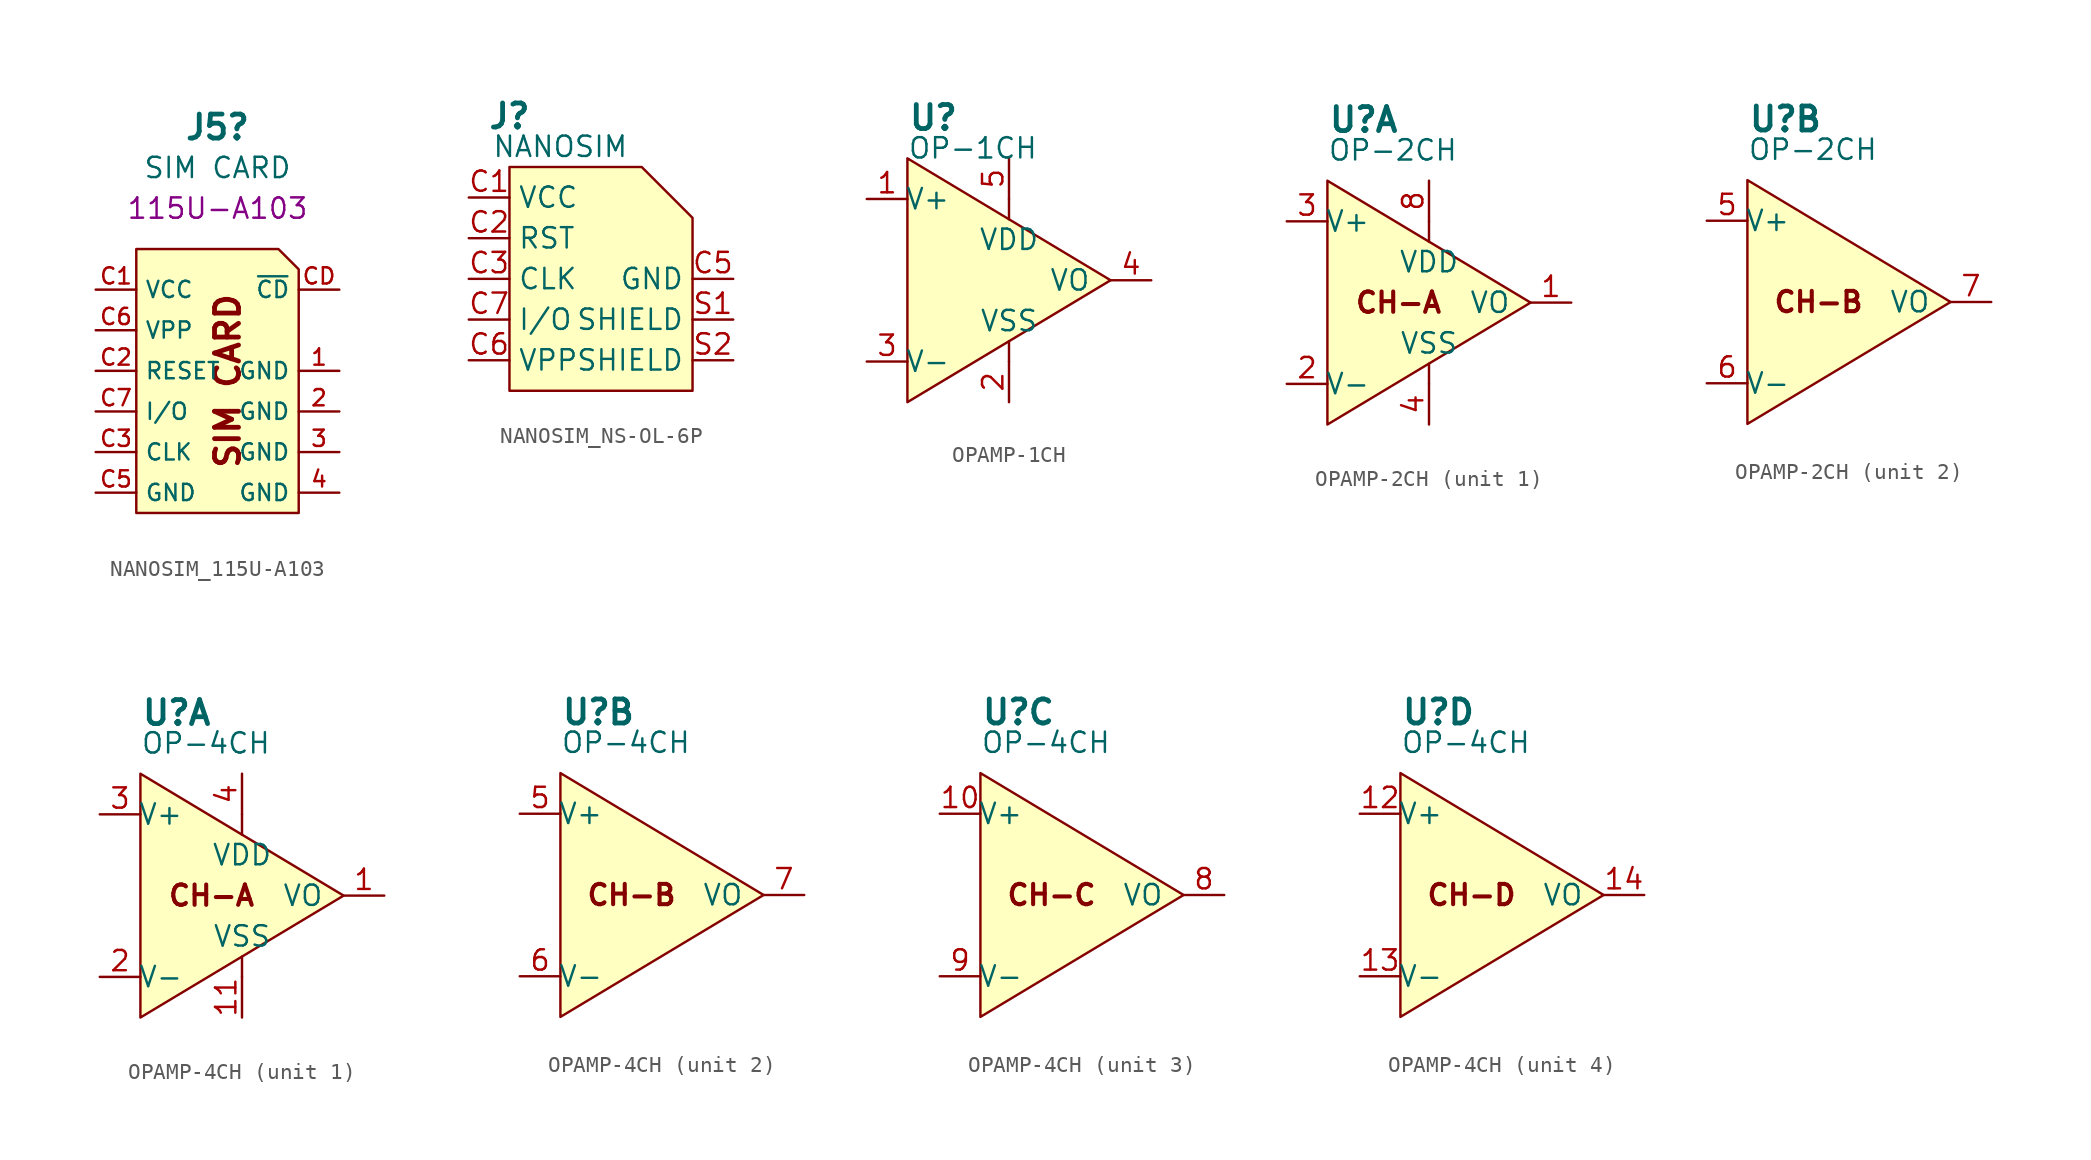
<source format=kicad_sym>
(kicad_symbol_lib
  (version 20231120)
  (generator "kicad_symbol_editor")
  (generator_version "8.0")
  (symbol "NANOSIM_115U-A103"
    (property "Reference" "J5"
      (at 20.32 2.54 0)
      (effects (font (size 1.5 1.5) (bold yes))))
    (property "Value" "SIM CARD"
      (at 20.32 0 0)
      (effects (font (size 1.27 1.27))))
    (property "MNP" "115U-A103"
      (at 20.32 -2.54 0)
      (effects (font (size 1.27 1.27))))
    (symbol "NANOSIM_115U-A103_1_1"
      (polyline (pts (xy 15.24 -6.35) (xy 15.24 -21.59) (xy 25.4 -21.59) (xy 25.4 -6.35) (xy 24.13 -5.08) (xy 15.24 -5.08) (xy 15.24 -6.35)) (stroke (width 0) (type default)) (fill (type background)))
      (text "SIM CARD" (at 20.955 -13.335 900) (effects (font (size 1.5 1.5) (bold yes))))
      (pin passive line (at 27.94 -12.7 180) (length 2.54) (name "GND" (effects (font (size 1.016 1.016)))) (number "1" (effects (font (size 1.016 1.016)))))
      (pin passive line (at 27.94 -15.24 180) (length 2.54) (name "GND" (effects (font (size 1.016 1.016)))) (number "2" (effects (font (size 1.016 1.016)))))
      (pin passive line (at 27.94 -17.78 180) (length 2.54) (name "GND" (effects (font (size 1.016 1.016)))) (number "3" (effects (font (size 1.016 1.016)))))
      (pin passive line (at 27.94 -20.32 180) (length 2.54) (name "GND" (effects (font (size 1.016 1.016)))) (number "4" (effects (font (size 1.016 1.016)))))
      (pin power_in line (at 12.7 -7.62 0) (length 2.54) (name "VCC" (effects (font (size 1.016 1.016)))) (number "C1" (effects (font (size 1.016 1.016)))))
      (pin input line (at 12.7 -12.7 0) (length 2.54) (name "RESET" (effects (font (size 1.016 1.016)))) (number "C2" (effects (font (size 1.016 1.016)))))
      (pin input line (at 12.7 -17.78 0) (length 2.54) (name "CLK" (effects (font (size 1.016 1.016)))) (number "C3" (effects (font (size 1.016 1.016)))))
      (pin passive line (at 12.7 -20.32 0) (length 2.54) (name "GND" (effects (font (size 1.016 1.016)))) (number "C5" (effects (font (size 1.016 1.016)))))
      (pin input line (at 12.7 -10.16 0) (length 2.54) (name "VPP" (effects (font (size 1.016 1.016)))) (number "C6" (effects (font (size 1.016 1.016)))))
      (pin bidirectional line (at 12.7 -15.24 0) (length 2.54) (name "I/O" (effects (font (size 1.016 1.016)))) (number "C7" (effects (font (size 1.016 1.016)))))
      (pin passive line (at 27.94 -7.62 180) (length 2.54) (name "~{CD}" (effects (font (size 1.016 1.016)))) (number "CD" (effects (font (size 1.016 1.016)))))))
  (symbol "NANOSIM_NS-OL-6P"
    (property "Reference" "J"
      (at 0 0 0)
      (effects (font (size 1.5 1.5) (bold yes))))
    (property "Value" "NANOSIM"
      (at 3.175 -1.905 0)
      (effects (font (size 1.27 1.27))))
    (symbol "NANOSIM_NS-OL-6P_1_1"
      (polyline (pts (xy 0 -3.81) (xy 0 -17.145) (xy 11.43 -17.145) (xy 11.43 -6.35) (xy 8.89 -3.81) (xy 8.255 -3.175) (xy 0 -3.175) (xy 0 -3.81)) (stroke (width 0) (type default)) (fill (type background)))
      (pin power_in line (at -2.54 -5.08 0) (length 2.54) (name "VCC" (effects (font (size 1.27 1.27)))) (number "C1" (effects (font (size 1.27 1.27)))))
      (pin input line (at -2.54 -7.62 0) (length 2.54) (name "RST" (effects (font (size 1.27 1.27)))) (number "C2" (effects (font (size 1.27 1.27)))))
      (pin input line (at -2.54 -10.16 0) (length 2.54) (name "CLK" (effects (font (size 1.27 1.27)))) (number "C3" (effects (font (size 1.27 1.27)))))
      (pin passive line (at 13.97 -10.16 180) (length 2.54) (name "GND" (effects (font (size 1.27 1.27)))) (number "C5" (effects (font (size 1.27 1.27)))))
      (pin input line (at -2.54 -15.24 0) (length 2.54) (name "VPP" (effects (font (size 1.27 1.27)))) (number "C6" (effects (font (size 1.27 1.27)))))
      (pin bidirectional line (at -2.54 -12.7 0) (length 2.54) (name "I/O" (effects (font (size 1.27 1.27)))) (number "C7" (effects (font (size 1.27 1.27)))))
      (pin passive line (at 13.97 -12.7 180) (length 2.54) (name "SHIELD" (effects (font (size 1.27 1.27)))) (number "S1" (effects (font (size 1.27 1.27)))))
      (pin passive line (at 13.97 -15.24 180) (length 2.54) (name "SHIELD" (effects (font (size 1.27 1.27)))) (number "S2" (effects (font (size 1.27 1.27)))))))
  (symbol "OPAMP-1CH"
    (pin_names hide)
    (property "Reference" "U"
      (at 0 0 0)
      (effects (font (size 1.5 1.5) (bold yes)) (justify left)))
    (property "Value" "OP-1CH"
      (at 0 -1.905 0)
      (effects (font (size 1.27 1.27)) (justify left)))
    (symbol "OPAMP-1CH_1_1"
      (polyline (pts (xy 6.35 -15.24) (xy 6.35 -13.97)) (stroke (width 0) (type default)) (fill (type none)))
      (polyline (pts (xy 6.35 -5.08) (xy 6.35 -6.35)) (stroke (width 0) (type default)) (fill (type none)))
      (polyline (pts (xy 0 -2.54) (xy 0 -17.78) (xy 12.7 -10.16) (xy 0 -2.54)) (stroke (width 0) (type default)) (fill (type background)))
      (text "V+" (at 1.27 -5.08 0) (effects (font (size 1.27 1.27) (color 0 100 100 1))))
      (text "V-" (at 1.27 -15.24 0) (effects (font (size 1.27 1.27) (color 0 100 100 1))))
      (text "VDD" (at 6.35 -7.62 0) (effects (font (size 1.27 1.27) (color 0 100 100 1))))
      (text "VO" (at 10.16 -10.16 0) (effects (font (size 1.27 1.27) (color 0 100 100 1))))
      (text "VSS" (at 6.35 -12.7 0) (effects (font (size 1.27 1.27) (color 0 100 100 1))))
      (pin input line (at -2.54 -5.08 0) (length 2.54) (name "VIN+" (effects (font (size 1.27 1.27)))) (number "1" (effects (font (size 1.27 1.27)))))
      (pin power_in line (at 6.35 -17.78 90) (length 2.54) (name "VSS" (effects (font (size 1.27 1.27)))) (number "2" (effects (font (size 1.27 1.27)))))
      (pin input line (at -2.54 -15.24 0) (length 2.54) (name "VIN-" (effects (font (size 1.27 1.27)))) (number "3" (effects (font (size 1.27 1.27)))))
      (pin output line (at 15.24 -10.16 180) (length 2.54) (name "VOUT" (effects (font (size 1.27 1.27)))) (number "4" (effects (font (size 1.27 1.27)))))
      (pin power_in line (at 6.35 -2.54 270) (length 2.54) (name "VDD" (effects (font (size 1.27 1.27)))) (number "5" (effects (font (size 1.27 1.27)))))))
  (symbol "OPAMP-2CH"
    (pin_names hide)
    (property "Reference" "U"
      (at 0 0 0)
      (effects (font (size 1.5 1.5) (bold yes)) (justify left)))
    (property "Value" "OP-2CH"
      (at 0 -1.905 0)
      (effects (font (size 1.27 1.27)) (justify left)))
    (property "ki_locked" ""
      (at 0 0 0)
      (effects (font (size 1.27 1.27))))
    (symbol "OPAMP-2CH_0_1"
      (polyline (pts (xy 0 -3.81) (xy 0 -19.05) (xy 12.7 -11.43) (xy 0 -3.81)) (stroke (width 0) (type default)) (fill (type background))))
    (symbol "OPAMP-2CH_1_1"
      (polyline (pts (xy 6.35 -16.51) (xy 6.35 -15.24)) (stroke (width 0) (type default)) (fill (type none)))
      (polyline (pts (xy 6.35 -6.35) (xy 6.35 -7.62)) (stroke (width 0) (type default)) (fill (type none)))
      (text "CH-A" (at 4.445 -11.43 0) (effects (font (size 1.27 1.27) (bold yes))))
      (text "V+" (at 1.27 -6.35 0) (effects (font (size 1.27 1.27) (color 0 100 100 1))))
      (text "V-" (at 1.27 -16.51 0) (effects (font (size 1.27 1.27) (color 0 100 100 1))))
      (text "VDD" (at 6.35 -8.89 0) (effects (font (size 1.27 1.27) (color 0 100 100 1))))
      (text "VO" (at 10.16 -11.43 0) (effects (font (size 1.27 1.27) (color 0 100 100 1))))
      (text "VSS" (at 6.35 -13.97 0) (effects (font (size 1.27 1.27) (color 0 100 100 1))))
      (pin output line (at 15.24 -11.43 180) (length 2.54) (name "VOUTA" (effects (font (size 1.27 1.27)))) (number "1" (effects (font (size 1.27 1.27)))))
      (pin input line (at -2.54 -16.51 0) (length 2.54) (name "VINA-" (effects (font (size 1.27 1.27)))) (number "2" (effects (font (size 1.27 1.27)))))
      (pin input line (at -2.54 -6.35 0) (length 2.54) (name "VINA+" (effects (font (size 1.27 1.27)))) (number "3" (effects (font (size 1.27 1.27)))))
      (pin power_in line (at 6.35 -19.05 90) (length 2.54) (name "VSS" (effects (font (size 1.27 1.27)))) (number "4" (effects (font (size 1.27 1.27)))))
      (pin power_in line (at 6.35 -3.81 270) (length 2.54) (name "VDD" (effects (font (size 1.27 1.27)))) (number "8" (effects (font (size 1.27 1.27))))))
    (symbol "OPAMP-2CH_2_1"
      (text "CH-B" (at 4.445 -11.43 0) (effects (font (size 1.27 1.27) (bold yes))))
      (text "V+" (at 1.27 -6.35 0) (effects (font (size 1.27 1.27) (color 0 100 100 1))))
      (text "V-" (at 1.27 -16.51 0) (effects (font (size 1.27 1.27) (color 0 100 100 1))))
      (text "VO" (at 10.16 -11.43 0) (effects (font (size 1.27 1.27) (color 0 100 100 1))))
      (pin input line (at -2.54 -6.35 0) (length 2.54) (name "VINB+" (effects (font (size 1.27 1.27)))) (number "5" (effects (font (size 1.27 1.27)))))
      (pin input line (at -2.54 -16.51 0) (length 2.54) (name "VINB-" (effects (font (size 1.27 1.27)))) (number "6" (effects (font (size 1.27 1.27)))))
      (pin output line (at 15.24 -11.43 180) (length 2.54) (name "VOUTB" (effects (font (size 1.27 1.27)))) (number "7" (effects (font (size 1.27 1.27)))))))
  (symbol "OPAMP-4CH"
    (pin_names hide)
    (property "Reference" "U"
      (at 0 0 0)
      (effects (font (size 1.5 1.5) (bold yes)) (justify left)))
    (property "Value" "OP-4CH"
      (at 0 -1.905 0)
      (effects (font (size 1.27 1.27)) (justify left)))
    (property "ki_locked" ""
      (at 0 0 0)
      (effects (font (size 1.27 1.27))))
    (symbol "OPAMP-4CH_0_1"
      (polyline (pts (xy 0 -3.81) (xy 0 -19.05) (xy 12.7 -11.43) (xy 0 -3.81)) (stroke (width 0) (type default)) (fill (type background))))
    (symbol "OPAMP-4CH_1_1"
      (polyline (pts (xy 6.35 -16.51) (xy 6.35 -15.24)) (stroke (width 0) (type default)) (fill (type none)))
      (polyline (pts (xy 6.35 -6.35) (xy 6.35 -7.62)) (stroke (width 0) (type default)) (fill (type none)))
      (text "CH-A" (at 4.445 -11.43 0) (effects (font (size 1.27 1.27) (bold yes))))
      (text "V+" (at 1.27 -6.35 0) (effects (font (size 1.27 1.27) (color 0 100 100 1))))
      (text "V-" (at 1.27 -16.51 0) (effects (font (size 1.27 1.27) (color 0 100 100 1))))
      (text "VDD" (at 6.35 -8.89 0) (effects (font (size 1.27 1.27) (color 0 100 100 1))))
      (text "VO" (at 10.16 -11.43 0) (effects (font (size 1.27 1.27) (color 0 100 100 1))))
      (text "VSS" (at 6.35 -13.97 0) (effects (font (size 1.27 1.27) (color 0 100 100 1))))
      (pin output line (at 15.24 -11.43 180) (length 2.54) (name "VOUTA" (effects (font (size 1.27 1.27)))) (number "1" (effects (font (size 1.27 1.27)))))
      (pin power_in line (at 6.35 -19.05 90) (length 2.54) (name "VSS" (effects (font (size 1.27 1.27)))) (number "11" (effects (font (size 1.27 1.27)))))
      (pin input line (at -2.54 -16.51 0) (length 2.54) (name "VINA-" (effects (font (size 1.27 1.27)))) (number "2" (effects (font (size 1.27 1.27)))))
      (pin input line (at -2.54 -6.35 0) (length 2.54) (name "VINA+" (effects (font (size 1.27 1.27)))) (number "3" (effects (font (size 1.27 1.27)))))
      (pin power_in line (at 6.35 -3.81 270) (length 2.54) (name "VDD" (effects (font (size 1.27 1.27)))) (number "4" (effects (font (size 1.27 1.27))))))
    (symbol "OPAMP-4CH_2_1"
      (text "CH-B" (at 4.445 -11.43 0) (effects (font (size 1.27 1.27) (bold yes))))
      (text "V+" (at 1.27 -6.35 0) (effects (font (size 1.27 1.27) (color 0 100 100 1))))
      (text "V-" (at 1.27 -16.51 0) (effects (font (size 1.27 1.27) (color 0 100 100 1))))
      (text "VO" (at 10.16 -11.43 0) (effects (font (size 1.27 1.27) (color 0 100 100 1))))
      (pin input line (at -2.54 -6.35 0) (length 2.54) (name "VINB+" (effects (font (size 1.27 1.27)))) (number "5" (effects (font (size 1.27 1.27)))))
      (pin input line (at -2.54 -16.51 0) (length 2.54) (name "VINB-" (effects (font (size 1.27 1.27)))) (number "6" (effects (font (size 1.27 1.27)))))
      (pin output line (at 15.24 -11.43 180) (length 2.54) (name "VOUTB" (effects (font (size 1.27 1.27)))) (number "7" (effects (font (size 1.27 1.27))))))
    (symbol "OPAMP-4CH_3_1"
      (text "CH-C" (at 4.445 -11.43 0) (effects (font (size 1.27 1.27) (bold yes))))
      (text "V+" (at 1.27 -6.35 0) (effects (font (size 1.27 1.27) (color 0 100 100 1))))
      (text "V-" (at 1.27 -16.51 0) (effects (font (size 1.27 1.27) (color 0 100 100 1))))
      (text "VO" (at 10.16 -11.43 0) (effects (font (size 1.27 1.27) (color 0 100 100 1))))
      (pin input line (at -2.54 -6.35 0) (length 2.54) (name "VINC+" (effects (font (size 1.27 1.27)))) (number "10" (effects (font (size 1.27 1.27)))))
      (pin output line (at 15.24 -11.43 180) (length 2.54) (name "VOUTC" (effects (font (size 1.27 1.27)))) (number "8" (effects (font (size 1.27 1.27)))))
      (pin input line (at -2.54 -16.51 0) (length 2.54) (name "VINC-" (effects (font (size 1.27 1.27)))) (number "9" (effects (font (size 1.27 1.27))))))
    (symbol "OPAMP-4CH_4_1"
      (text "CH-D" (at 4.445 -11.43 0) (effects (font (size 1.27 1.27) (bold yes))))
      (text "V+" (at 1.27 -6.35 0) (effects (font (size 1.27 1.27) (color 0 100 100 1))))
      (text "V-" (at 1.27 -16.51 0) (effects (font (size 1.27 1.27) (color 0 100 100 1))))
      (text "VO" (at 10.16 -11.43 0) (effects (font (size 1.27 1.27) (color 0 100 100 1))))
      (pin input line (at -2.54 -6.35 0) (length 2.54) (name "VIND+" (effects (font (size 1.27 1.27)))) (number "12" (effects (font (size 1.27 1.27)))))
      (pin input line (at -2.54 -16.51 0) (length 2.54) (name "VIND-" (effects (font (size 1.27 1.27)))) (number "13" (effects (font (size 1.27 1.27)))))
      (pin output line (at 15.24 -11.43 180) (length 2.54) (name "VOUTD" (effects (font (size 1.27 1.27)))) (number "14" (effects (font (size 1.27 1.27))))))))
</source>
